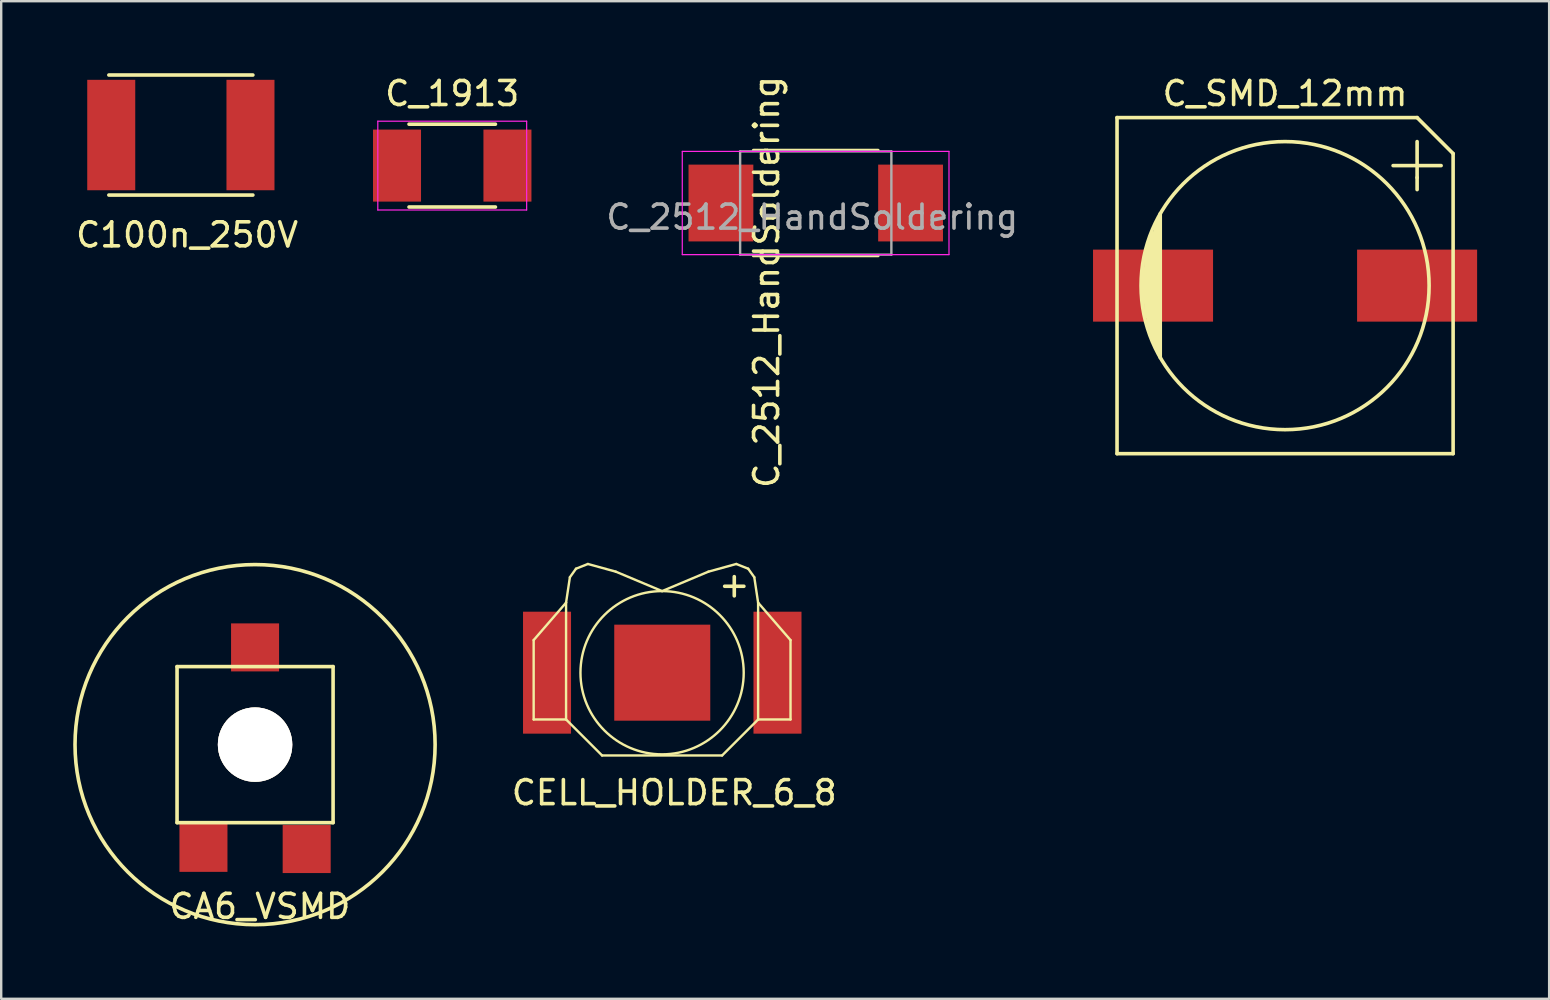
<source format=kicad_pcb>
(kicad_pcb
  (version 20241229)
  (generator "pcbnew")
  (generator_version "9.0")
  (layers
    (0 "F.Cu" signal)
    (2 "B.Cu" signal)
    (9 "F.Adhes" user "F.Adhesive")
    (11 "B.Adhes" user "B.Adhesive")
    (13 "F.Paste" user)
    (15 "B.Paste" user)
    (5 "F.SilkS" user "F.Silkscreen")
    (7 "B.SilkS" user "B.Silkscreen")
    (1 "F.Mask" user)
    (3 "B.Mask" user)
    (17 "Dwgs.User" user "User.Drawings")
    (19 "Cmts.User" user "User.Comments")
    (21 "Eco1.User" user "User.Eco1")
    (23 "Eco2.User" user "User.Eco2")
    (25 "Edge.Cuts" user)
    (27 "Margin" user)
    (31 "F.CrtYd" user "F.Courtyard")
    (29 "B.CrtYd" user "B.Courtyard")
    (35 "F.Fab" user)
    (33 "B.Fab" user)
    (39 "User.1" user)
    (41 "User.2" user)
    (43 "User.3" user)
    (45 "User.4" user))
  (footprint "C_2512_HandSoldering"
    (layer "F.Cu")
    (at 30.931 5.407)
    (property "Reference" "C_2512_HandSoldering" (at -2.046 3.289 270) (layer "F.SilkS") (effects (font (size 1 1) (thickness 0.15))))
    (attr smd)
    (fp_line (start -2.6 -2.2) (end 2.6 -2.2) (stroke (width 0.12) (type solid)) (layer "F.SilkS"))
    (fp_line (start 2.6 2.2) (end -2.6 2.2) (stroke (width 0.12) (type solid)) (layer "F.SilkS"))
    (fp_line (start -5.56 -2.15) (end -5.56 2.15) (stroke (width 0.05) (type solid)) (layer "F.CrtYd"))
    (fp_line (start -5.56 -2.15) (end 5.55 -2.15) (stroke (width 0.05) (type solid)) (layer "F.CrtYd"))
    (fp_line (start 5.55 2.15) (end -5.56 2.15) (stroke (width 0.05) (type solid)) (layer "F.CrtYd"))
    (fp_line (start 5.55 2.15) (end 5.55 -2.15) (stroke (width 0.05) (type solid)) (layer "F.CrtYd"))
    (fp_line (start -3.15 -2.15) (end 3.15 -2.15) (stroke (width 0.1) (type solid)) (layer "F.Fab"))
    (fp_line (start -3.15 2.15) (end -3.15 -2.15) (stroke (width 0.1) (type solid)) (layer "F.Fab"))
    (fp_line (start 3.15 -2.15) (end 3.15 2.15) (stroke (width 0.1) (type solid)) (layer "F.Fab"))
    (fp_line (start 3.15 2.15) (end -3.15 2.15) (stroke (width 0.1) (type solid)) (layer "F.Fab"))
    (fp_text user "${REFERENCE}" (at -0.146 0.589 0) (layer "F.Fab") (effects (font (size 1 1) (thickness 0.15))))
    (pad "1" smd rect (at -3.95 0) (size 2.7 3.2) (layers "F.Cu" "F.Mask" "F.Paste"))
    (pad "2" smd rect (at 3.95 0) (size 2.7 3.2) (layers "F.Cu" "F.Mask" "F.Paste")))
  (footprint "CELL_HOLDER_6_8"
    (layer "F.Cu")
    (at 24.537 24.971)
    (property "Reference" "CELL_HOLDER_6_8" (at 0.5 5 0) (layer "F.SilkS") (effects (font (size 1 1) (thickness 0.15))))
    (attr through_hole)
    (fp_line (start -5.357 -1.357) (end -5.357 1.949) (stroke (width 0.1) (type solid)) (layer "F.SilkS"))
    (fp_line (start -5.357 1.949) (end -4.007 1.949) (stroke (width 0.1) (type solid)) (layer "F.SilkS"))
    (fp_line (start -4.007 -2.916) (end -5.357 -1.357) (stroke (width 0.1) (type solid)) (layer "F.SilkS"))
    (fp_line (start -4.007 -2.916) (end -3.848 -3.975) (stroke (width 0.1) (type solid)) (layer "F.SilkS"))
    (fp_line (start -4.007 1.949) (end -4.007 -2.916) (stroke (width 0.1) (type solid)) (layer "F.SilkS"))
    (fp_line (start -3.848 -3.975) (end -3.593 -4.331) (stroke (width 0.1) (type solid)) (layer "F.SilkS"))
    (fp_line (start -3.593 -4.331) (end -3.097 -4.528) (stroke (width 0.1) (type solid)) (layer "F.SilkS"))
    (fp_line (start -3.097 -4.528) (end -1.936 -4.208) (stroke (width 0.1) (type solid)) (layer "F.SilkS"))
    (fp_line (start -2.507 3.449) (end -4.007 1.949) (stroke (width 0.1) (type solid)) (layer "F.SilkS"))
    (fp_line (start -1.936 -4.208) (end -0.007 -3.398) (stroke (width 0.1) (type solid)) (layer "F.SilkS"))
    (fp_line (start 1.922 -4.208) (end -0.007 -3.398) (stroke (width 0.1) (type solid)) (layer "F.SilkS"))
    (fp_line (start 2.493 3.449) (end -2.507 3.449) (stroke (width 0.1) (type solid)) (layer "F.SilkS"))
    (fp_line (start 2.493 3.449) (end 3.993 1.949) (stroke (width 0.1) (type solid)) (layer "F.SilkS"))
    (fp_line (start 2.6 -3.6) (end 3.4 -3.6) (stroke (width 0.15) (type solid)) (layer "F.SilkS"))
    (fp_line (start 3 -4) (end 3 -3.2) (stroke (width 0.15) (type solid)) (layer "F.SilkS"))
    (fp_line (start 3.083 -4.528) (end 1.922 -4.208) (stroke (width 0.1) (type solid)) (layer "F.SilkS"))
    (fp_line (start 3.579 -4.331) (end 3.083 -4.528) (stroke (width 0.1) (type solid)) (layer "F.SilkS"))
    (fp_line (start 3.834 -3.975) (end 3.579 -4.331) (stroke (width 0.1) (type solid)) (layer "F.SilkS"))
    (fp_line (start 3.993 -2.916) (end 5.343 -1.357) (stroke (width 0.1) (type solid)) (layer "F.SilkS"))
    (fp_line (start 3.993 -2.916) (end 3.834 -3.975) (stroke (width 0.1) (type solid)) (layer "F.SilkS"))
    (fp_line (start 3.993 1.949) (end 3.993 -2.916) (stroke (width 0.1) (type solid)) (layer "F.SilkS"))
    (fp_line (start 5.343 -1.357) (end 5.343 1.949) (stroke (width 0.1) (type solid)) (layer "F.SilkS"))
    (fp_line (start 5.343 1.949) (end 3.993 1.949) (stroke (width 0.1) (type solid)) (layer "F.SilkS"))
    (fp_circle (center -0.007 0.002) (end -0.007 3.402) (stroke (width 0.1) (type solid)) (fill no) (layer "F.SilkS"))
    (pad "1" smd rect (at -4.8 0) (size 2 5.08) (layers "F.Cu" "F.Mask" "F.Paste"))
    (pad "1" smd rect (at 4.8 0) (size 2 5.08) (layers "F.Cu" "F.Mask" "F.Paste"))
    (pad "2" smd rect (at 0 0) (size 4 4) (layers "F.Cu" "F.Mask" "F.Paste")))
  (footprint "CA6_VSMD"
    (layer "F.Cu")
    (at 7.575 27.968)
    (property "Reference" "CA6_VSMD" (at 0.2 6.74 0) (layer "F.SilkS") (effects (font (size 1 1) (thickness 0.15))))
    (attr through_hole)
    (fp_line (start -3.25 -3.25) (end 3.25 -3.25) (stroke (width 0.15) (type solid)) (layer "F.SilkS"))
    (fp_line (start -3.25 3.25) (end -3.25 -3.25) (stroke (width 0.15) (type solid)) (layer "F.SilkS"))
    (fp_line (start 3.25 -3.25) (end 3.25 3.25) (stroke (width 0.15) (type solid)) (layer "F.SilkS"))
    (fp_line (start 3.25 3.25) (end -3.25 3.25) (stroke (width 0.15) (type solid)) (layer "F.SilkS"))
    (fp_circle (center 0 0) (end 7.5 0) (stroke (width 0.15) (type solid)) (fill no) (layer "F.SilkS"))
    (fp_circle (center 0 0) (end 1.25 0) (stroke (width 0.15) (type solid)) (fill no) (layer "B.CrtYd"))
    (pad "" thru_hole circle (at 0 0) (size 3.1 3.1) (drill 3.1) (layers "*.Cu" "*.Mask" "F.SilkS"))
    (pad "1" smd rect (at 2.15 4.35) (size 2 2) (layers "F.Cu" "F.Mask" "F.Paste"))
    (pad "2" smd rect (at 0 -4.05) (size 2 2) (layers "F.Cu" "F.Mask" "F.Paste"))
    (pad "3" smd rect (at -2.15 4.3) (size 2 2) (layers "F.Cu" "F.Mask" "F.Paste")))
  (footprint "C_1913"
    (layer "F.Cu")
    (at 15.788 3.848)
    (property "Reference" "C_1913" (at 0 -3 0) (layer "F.SilkS") (effects (font (size 1 1) (thickness 0.15))))
    (attr smd)
    (fp_line (start -1.8 1.725) (end 1.8 1.725) (stroke (width 0.15) (type solid)) (layer "F.SilkS"))
    (fp_line (start 1.8 -1.725) (end -1.8 -1.725) (stroke (width 0.15) (type solid)) (layer "F.SilkS"))
    (fp_line (start -3.1 -1.85) (end -3.1 1.85) (stroke (width 0.05) (type solid)) (layer "F.CrtYd"))
    (fp_line (start -3.1 -1.85) (end 3.1 -1.85) (stroke (width 0.05) (type solid)) (layer "F.CrtYd"))
    (fp_line (start -3.1 1.85) (end 3.1 1.85) (stroke (width 0.05) (type solid)) (layer "F.CrtYd"))
    (fp_line (start 3.1 -1.85) (end 3.1 1.85) (stroke (width 0.05) (type solid)) (layer "F.CrtYd"))
    (pad "1" smd rect (at -2.3 0) (size 2 3) (layers "F.Cu" "F.Mask" "F.Paste"))
    (pad "2" smd rect (at 2.3 0) (size 2 3) (layers "F.Cu" "F.Mask" "F.Paste")))
  (footprint "C_SMD_12mm"
    (layer "F.Cu")
    (at 50.481 8.848)
    (property "Reference" "C_SMD_12mm" (at 0 -8 0) (layer "F.SilkS") (effects (font (size 1 1) (thickness 0.15))))
    (attr smd)
    (fp_line (start -7 7) (end -7 -7) (stroke (width 0.15) (type solid)) (layer "F.SilkS"))
    (fp_line (start -7 7) (end 7 7) (stroke (width 0.15) (type solid)) (layer "F.SilkS"))
    (fp_line (start -5.9 0.7) (end -5.9 -0.7) (stroke (width 0.15) (type solid)) (layer "F.SilkS"))
    (fp_line (start -5.8 -1.2) (end -5.8 1.3) (stroke (width 0.15) (type solid)) (layer "F.SilkS"))
    (fp_line (start -5.7 1.6) (end -5.7 -1.6) (stroke (width 0.15) (type solid)) (layer "F.SilkS"))
    (fp_line (start -5.7 1.6) (end -5.4 2.5) (stroke (width 0.15) (type solid)) (layer "F.SilkS"))
    (fp_line (start -5.6 -1.9) (end -5.6 1.9) (stroke (width 0.15) (type solid)) (layer "F.SilkS"))
    (fp_line (start -5.5 -2.1) (end -5.8 -1.2) (stroke (width 0.15) (type solid)) (layer "F.SilkS"))
    (fp_line (start -5.5 2.1) (end -5.5 -2.2) (stroke (width 0.15) (type solid)) (layer "F.SilkS"))
    (fp_line (start -5.4 -2.5) (end -5.4 2.4) (stroke (width 0.15) (type solid)) (layer "F.SilkS"))
    (fp_line (start -5.3 2.7) (end -5.3 -2.7) (stroke (width 0.15) (type solid)) (layer "F.SilkS"))
    (fp_line (start -5.2 -3) (end -5.2 3) (stroke (width 0.15) (type solid)) (layer "F.SilkS"))
    (fp_line (start 4.5 -5) (end 6.5 -5) (stroke (width 0.15) (type solid)) (layer "F.SilkS"))
    (fp_line (start 5.5 -7) (end -7 -7) (stroke (width 0.15) (type solid)) (layer "F.SilkS"))
    (fp_line (start 5.5 -7) (end 7 -5.5) (stroke (width 0.15) (type solid)) (layer "F.SilkS"))
    (fp_line (start 5.5 -6) (end 5.5 -4.5) (stroke (width 0.15) (type solid)) (layer "F.SilkS"))
    (fp_line (start 5.5 -4) (end 5.5 -4.5) (stroke (width 0.15) (type solid)) (layer "F.SilkS"))
    (fp_line (start 7 -5.5) (end 7 7) (stroke (width 0.15) (type solid)) (layer "F.SilkS"))
    (fp_circle (center 0 0) (end 6 0) (stroke (width 0.15) (type solid)) (fill no) (layer "F.SilkS"))
    (pad "1" smd rect (at 5.5 0) (size 5 3) (layers "F.Cu" "F.Mask" "F.Paste"))
    (pad "2" smd rect (at -5.5 0) (size 5 3) (layers "F.Cu" "F.Mask" "F.Paste")))
  (footprint "C100n_250V"
    (layer "F.Cu")
    (at 4.484 2.575)
    (property "Reference" "C100n_250V" (at 0.26 4.16 0) (layer "F.SilkS") (effects (font (size 1 1) (thickness 0.15))))
    (attr through_hole)
    (fp_line (start -3 -2.5) (end 3 -2.5) (stroke (width 0.15) (type solid)) (layer "F.SilkS"))
    (fp_line (start -3 2.5) (end 3 2.5) (stroke (width 0.15) (type solid)) (layer "F.SilkS"))
    (pad "1" smd rect (at 2.9 0) (size 2 4.6) (layers "F.Cu" "F.Mask" "F.Paste"))
    (pad "2" smd rect (at -2.9 0) (size 2 4.6) (layers "F.Cu" "F.Mask" "F.Paste")))
  (gr_rect
    (start -3 -3)
    (end 61.481 38.556)
    (stroke (width 0.1) (type default))
    (fill no)
    (layer "Edge.Cuts")))
</source>
